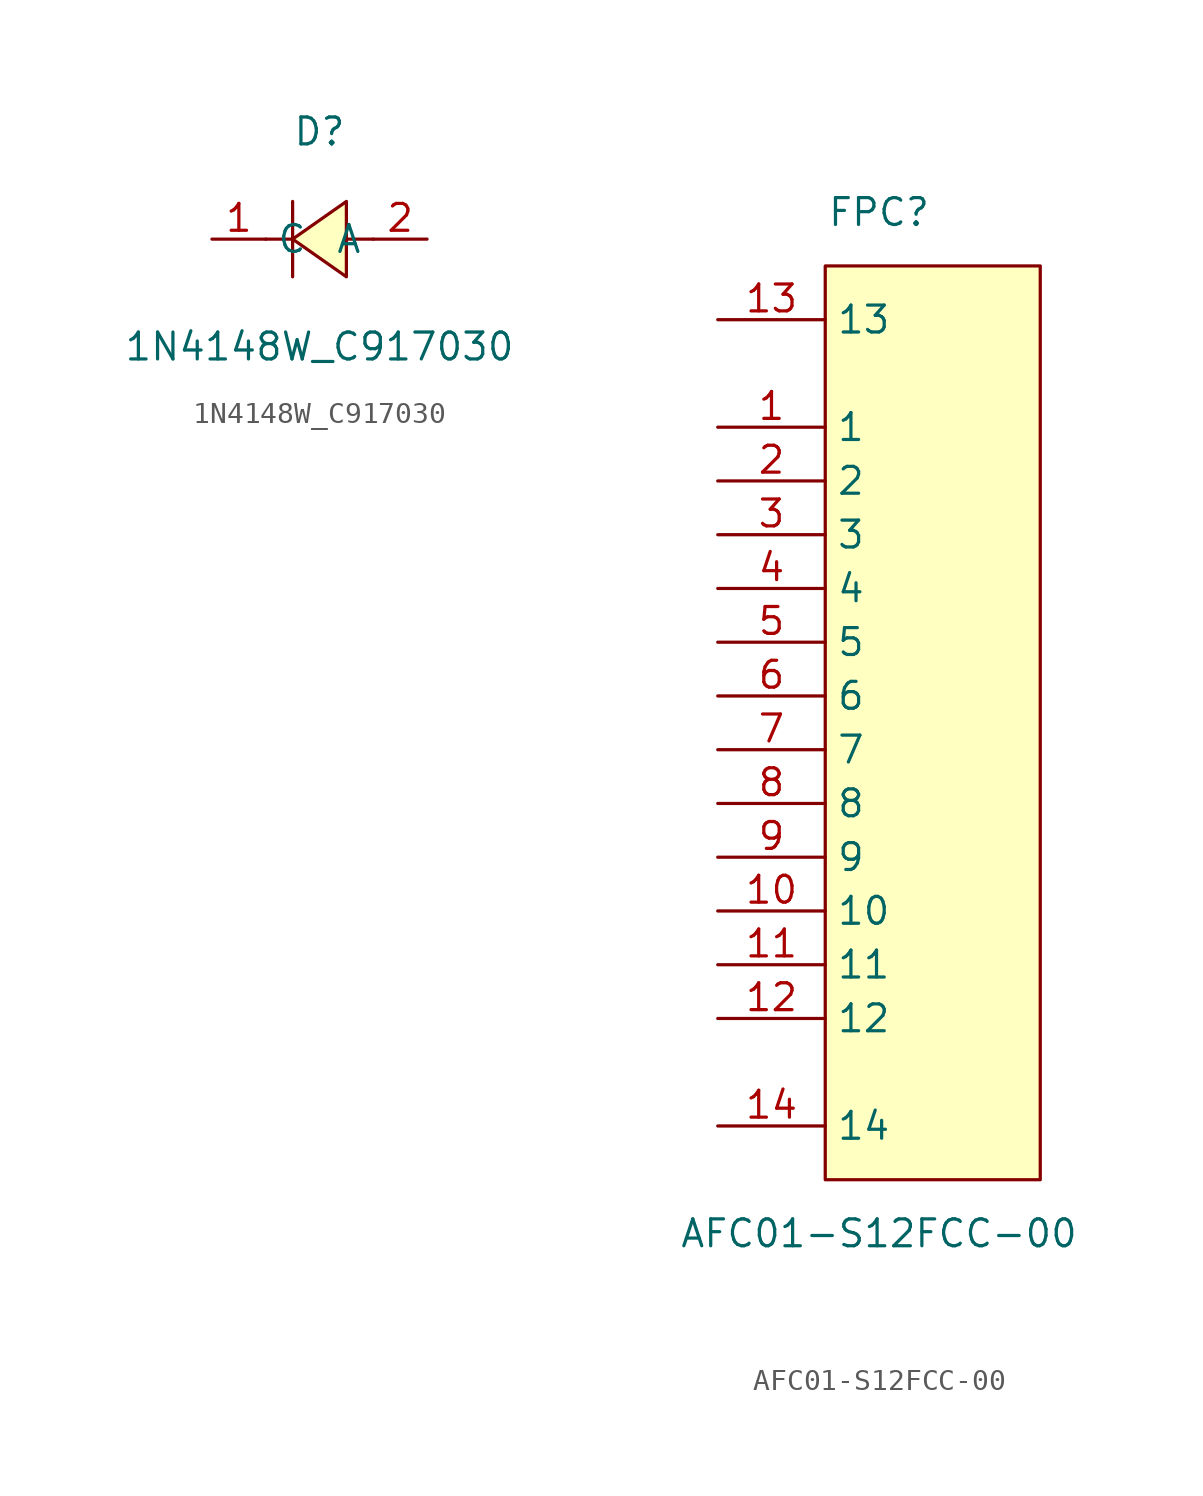
<source format=kicad_sym>
(kicad_symbol_lib
  (version 20241209)
  (generator "kicad_symbol_editor")
  (generator_version "9.0")
  (symbol "1N4148W_C917030"
    (property "Reference" "D"
      (at 0 5.08 0)
      (effects (font (size 1.27 1.27))))
    (property "Value" "1N4148W_C917030"
      (at 0 -5.08 0)
      (effects (font (size 1.27 1.27))))
    (symbol "1N4148W_C917030_0_1"
      (polyline (pts (xy -1.27 1.78) (xy -1.27 -1.78)) (stroke (width 0) (type default)) (fill (type none)))
      (polyline (pts (xy -1.27 0) (xy -2.54 0)) (stroke (width 0) (type default)) (fill (type none)))
      (polyline (pts (xy 1.27 1.78) (xy -1.27 0) (xy 1.27 -1.78) (xy 1.27 1.78)) (stroke (width 0) (type default)) (fill (type background)))
      (polyline (pts (xy 2.54 0) (xy 1.27 0)) (stroke (width 0) (type default)) (fill (type none)))
      (pin unspecified line (at -5.08 0 0) (length 2.54) (name "C" (effects (font (size 1.27 1.27)))) (number "1" (effects (font (size 1.27 1.27)))))
      (pin unspecified line (at 5.08 0 180) (length 2.54) (name "A" (effects (font (size 1.27 1.27)))) (number "2" (effects (font (size 1.27 1.27)))))))
  (symbol "AFC01-S12FCC-00"
    (property "Reference" "FPC"
      (at 0 24.13 0)
      (effects (font (size 1.27 1.27))))
    (property "Value" "AFC01-S12FCC-00"
      (at 0 -24.13 0)
      (effects (font (size 1.27 1.27))))
    (symbol "AFC01-S12FCC-00_0_1"
      (rectangle (start -2.54 21.59) (end 7.62 -21.59) (stroke (width 0) (type default)) (fill (type background)))
      (pin unspecified line (at -7.62 19.05 0) (length 5.08) (name "13" (effects (font (size 1.27 1.27)))) (number "13" (effects (font (size 1.27 1.27)))))
      (pin unspecified line (at -7.62 13.97 0) (length 5.08) (name "1" (effects (font (size 1.27 1.27)))) (number "1" (effects (font (size 1.27 1.27)))))
      (pin unspecified line (at -7.62 11.43 0) (length 5.08) (name "2" (effects (font (size 1.27 1.27)))) (number "2" (effects (font (size 1.27 1.27)))))
      (pin unspecified line (at -7.62 8.89 0) (length 5.08) (name "3" (effects (font (size 1.27 1.27)))) (number "3" (effects (font (size 1.27 1.27)))))
      (pin unspecified line (at -7.62 6.35 0) (length 5.08) (name "4" (effects (font (size 1.27 1.27)))) (number "4" (effects (font (size 1.27 1.27)))))
      (pin unspecified line (at -7.62 3.81 0) (length 5.08) (name "5" (effects (font (size 1.27 1.27)))) (number "5" (effects (font (size 1.27 1.27)))))
      (pin unspecified line (at -7.62 1.27 0) (length 5.08) (name "6" (effects (font (size 1.27 1.27)))) (number "6" (effects (font (size 1.27 1.27)))))
      (pin unspecified line (at -7.62 -1.27 0) (length 5.08) (name "7" (effects (font (size 1.27 1.27)))) (number "7" (effects (font (size 1.27 1.27)))))
      (pin unspecified line (at -7.62 -3.81 0) (length 5.08) (name "8" (effects (font (size 1.27 1.27)))) (number "8" (effects (font (size 1.27 1.27)))))
      (pin unspecified line (at -7.62 -6.35 0) (length 5.08) (name "9" (effects (font (size 1.27 1.27)))) (number "9" (effects (font (size 1.27 1.27)))))
      (pin unspecified line (at -7.62 -8.89 0) (length 5.08) (name "10" (effects (font (size 1.27 1.27)))) (number "10" (effects (font (size 1.27 1.27)))))
      (pin unspecified line (at -7.62 -11.43 0) (length 5.08) (name "11" (effects (font (size 1.27 1.27)))) (number "11" (effects (font (size 1.27 1.27)))))
      (pin unspecified line (at -7.62 -13.97 0) (length 5.08) (name "12" (effects (font (size 1.27 1.27)))) (number "12" (effects (font (size 1.27 1.27)))))
      (pin unspecified line (at -7.62 -19.05 0) (length 5.08) (name "14" (effects (font (size 1.27 1.27)))) (number "14" (effects (font (size 1.27 1.27))))))))
</source>
